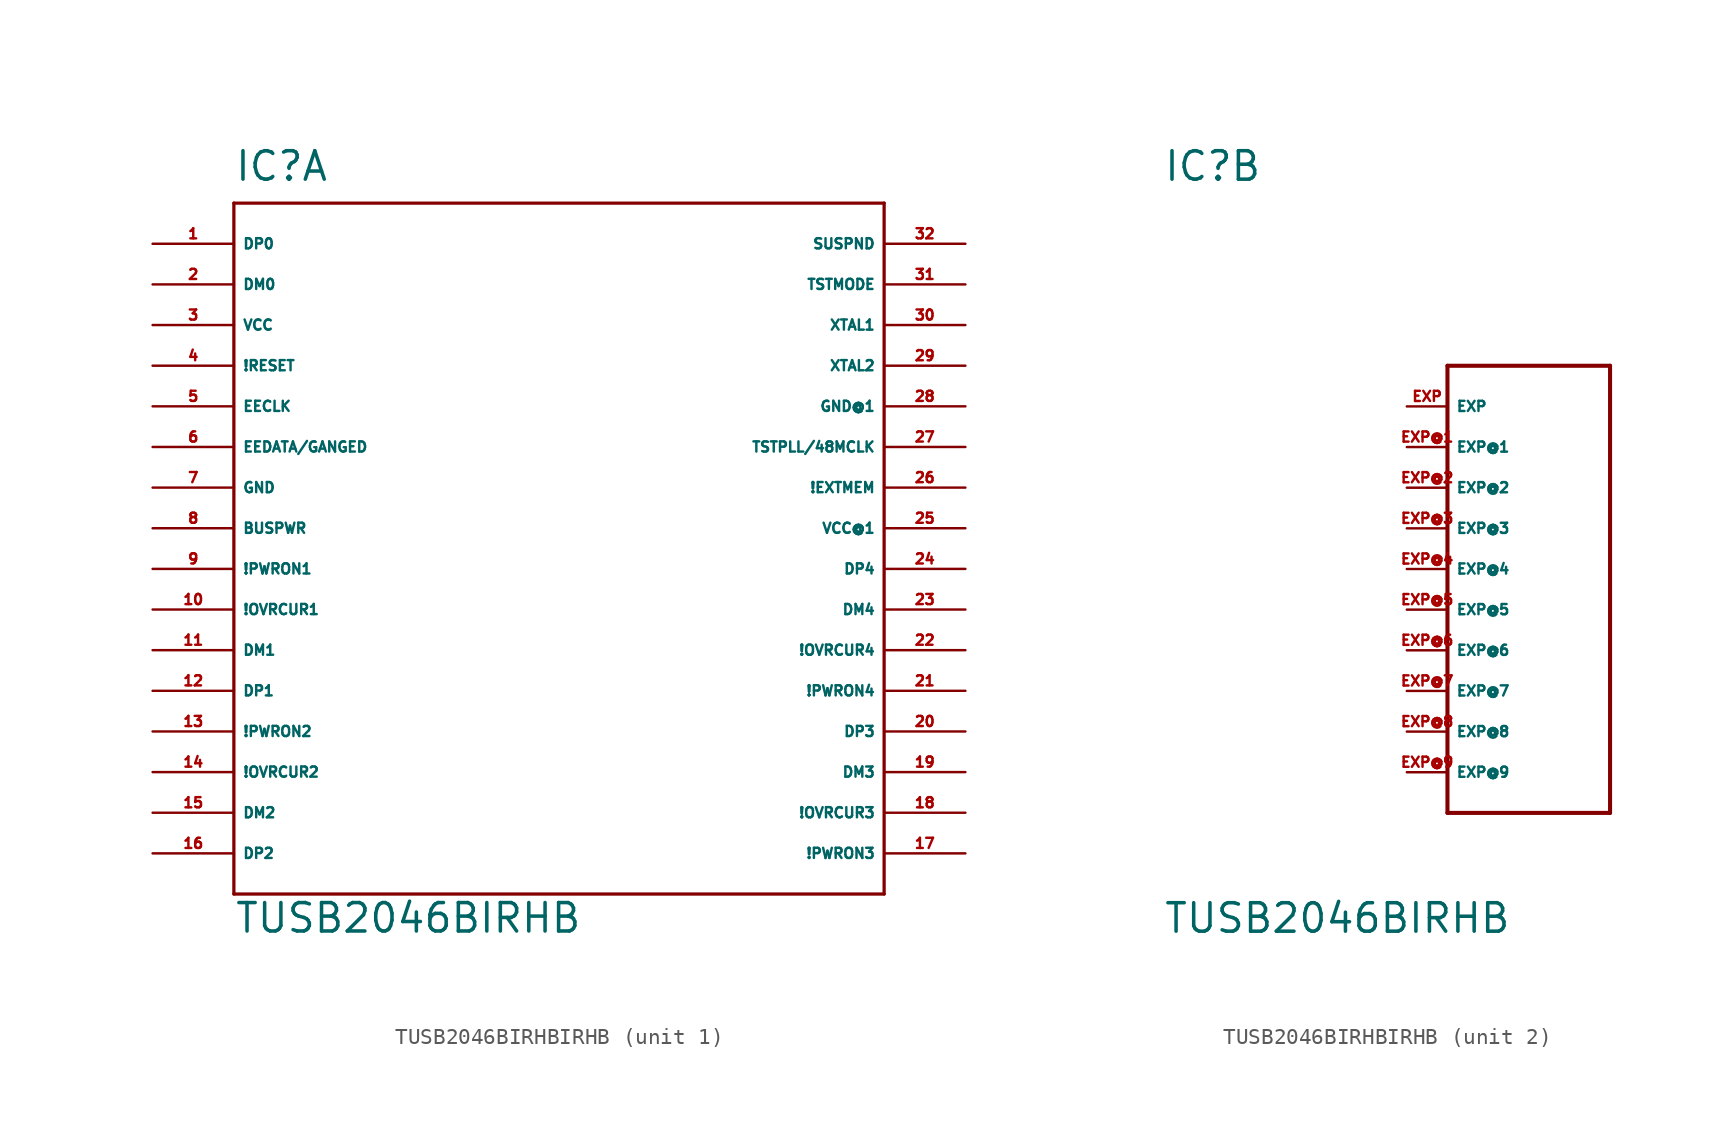
<source format=kicad_sym>
(kicad_symbol_lib
  (version 20220914)
  (generator Eagle2Kicad)
  (symbol "TUSB2046BIRHBIRHB"
    (property "Reference" "IC"
      (at -20.32 24.13 0)
      (effects (font (size 1.778 1.778) (thickness 0.22)) (justify left bottom)))
    (property "Value" "TUSB2046BIRHB"
      (at -20.32 -22.86 0)
      (effects (font (size 1.778 1.778) (thickness 0.22)) (justify left bottom)))
    (symbol "TUSB2046BIRHBIRHB_1_0"
      (polyline (pts (xy -20.32 -20.32) (xy 20.32 -20.32)) (stroke (width 0.203) (type default)) (fill (type none)))
      (polyline (pts (xy 20.32 -20.32) (xy 20.32 22.86)) (stroke (width 0.203) (type default)) (fill (type none)))
      (polyline (pts (xy 20.32 22.86) (xy -20.32 22.86)) (stroke (width 0.203) (type default)) (fill (type none)))
      (polyline (pts (xy -20.32 22.86) (xy -20.32 -20.32)) (stroke (width 0.203) (type default)) (fill (type none)))
      (pin bidirectional line (at -25.4 20.32 0) (length 5.08) (name "DP0" (effects (font (size 0.635 0.635) (thickness 0.08)) (justify left bottom))) (number "1" (effects (font (size 0.635 0.635) (thickness 0.08)) (justify left bottom))))
      (pin bidirectional line (at -25.4 17.78 0) (length 5.08) (name "DM0" (effects (font (size 0.635 0.635) (thickness 0.08)) (justify left bottom))) (number "2" (effects (font (size 0.635 0.635) (thickness 0.08)) (justify left bottom))))
      (pin unspecified line (at -25.4 15.24 0) (length 5.08) (name "VCC" (effects (font (size 0.635 0.635) (thickness 0.08)) (justify left bottom))) (number "3" (effects (font (size 0.635 0.635) (thickness 0.08)) (justify left bottom))))
      (pin input line (at -25.4 12.7 0) (length 5.08) (name "!RESET" (effects (font (size 0.635 0.635) (thickness 0.08)) (justify left bottom))) (number "4" (effects (font (size 0.635 0.635) (thickness 0.08)) (justify left bottom))))
      (pin output line (at -25.4 10.16 0) (length 5.08) (name "EECLK" (effects (font (size 0.635 0.635) (thickness 0.08)) (justify left bottom))) (number "5" (effects (font (size 0.635 0.635) (thickness 0.08)) (justify left bottom))))
      (pin bidirectional line (at -25.4 7.62 0) (length 5.08) (name "EEDATA/GANGED" (effects (font (size 0.635 0.635) (thickness 0.08)) (justify left bottom))) (number "6" (effects (font (size 0.635 0.635) (thickness 0.08)) (justify left bottom))))
      (pin unspecified line (at -25.4 5.08 0) (length 5.08) (name "GND" (effects (font (size 0.635 0.635) (thickness 0.08)) (justify left bottom))) (number "7" (effects (font (size 0.635 0.635) (thickness 0.08)) (justify left bottom))))
      (pin input line (at -25.4 2.54 0) (length 5.08) (name "BUSPWR" (effects (font (size 0.635 0.635) (thickness 0.08)) (justify left bottom))) (number "8" (effects (font (size 0.635 0.635) (thickness 0.08)) (justify left bottom))))
      (pin output line (at -25.4 0 0) (length 5.08) (name "!PWRON1" (effects (font (size 0.635 0.635) (thickness 0.08)) (justify left bottom))) (number "9" (effects (font (size 0.635 0.635) (thickness 0.08)) (justify left bottom))))
      (pin input line (at -25.4 -2.54 0) (length 5.08) (name "!OVRCUR1" (effects (font (size 0.635 0.635) (thickness 0.08)) (justify left bottom))) (number "10" (effects (font (size 0.635 0.635) (thickness 0.08)) (justify left bottom))))
      (pin bidirectional line (at -25.4 -5.08 0) (length 5.08) (name "DM1" (effects (font (size 0.635 0.635) (thickness 0.08)) (justify left bottom))) (number "11" (effects (font (size 0.635 0.635) (thickness 0.08)) (justify left bottom))))
      (pin bidirectional line (at -25.4 -7.62 0) (length 5.08) (name "DP1" (effects (font (size 0.635 0.635) (thickness 0.08)) (justify left bottom))) (number "12" (effects (font (size 0.635 0.635) (thickness 0.08)) (justify left bottom))))
      (pin output line (at -25.4 -10.16 0) (length 5.08) (name "!PWRON2" (effects (font (size 0.635 0.635) (thickness 0.08)) (justify left bottom))) (number "13" (effects (font (size 0.635 0.635) (thickness 0.08)) (justify left bottom))))
      (pin input line (at -25.4 -12.7 0) (length 5.08) (name "!OVRCUR2" (effects (font (size 0.635 0.635) (thickness 0.08)) (justify left bottom))) (number "14" (effects (font (size 0.635 0.635) (thickness 0.08)) (justify left bottom))))
      (pin bidirectional line (at -25.4 -15.24 0) (length 5.08) (name "DM2" (effects (font (size 0.635 0.635) (thickness 0.08)) (justify left bottom))) (number "15" (effects (font (size 0.635 0.635) (thickness 0.08)) (justify left bottom))))
      (pin bidirectional line (at -25.4 -17.78 0) (length 5.08) (name "DP2" (effects (font (size 0.635 0.635) (thickness 0.08)) (justify left bottom))) (number "16" (effects (font (size 0.635 0.635) (thickness 0.08)) (justify left bottom))))
      (pin output line (at 25.4 -17.78 180) (length 5.08) (name "!PWRON3" (effects (font (size 0.635 0.635) (thickness 0.08)) (justify left bottom))) (number "17" (effects (font (size 0.635 0.635) (thickness 0.08)) (justify left bottom))))
      (pin input line (at 25.4 -15.24 180) (length 5.08) (name "!OVRCUR3" (effects (font (size 0.635 0.635) (thickness 0.08)) (justify left bottom))) (number "18" (effects (font (size 0.635 0.635) (thickness 0.08)) (justify left bottom))))
      (pin bidirectional line (at 25.4 -12.7 180) (length 5.08) (name "DM3" (effects (font (size 0.635 0.635) (thickness 0.08)) (justify left bottom))) (number "19" (effects (font (size 0.635 0.635) (thickness 0.08)) (justify left bottom))))
      (pin bidirectional line (at 25.4 -10.16 180) (length 5.08) (name "DP3" (effects (font (size 0.635 0.635) (thickness 0.08)) (justify left bottom))) (number "20" (effects (font (size 0.635 0.635) (thickness 0.08)) (justify left bottom))))
      (pin output line (at 25.4 -7.62 180) (length 5.08) (name "!PWRON4" (effects (font (size 0.635 0.635) (thickness 0.08)) (justify left bottom))) (number "21" (effects (font (size 0.635 0.635) (thickness 0.08)) (justify left bottom))))
      (pin input line (at 25.4 -5.08 180) (length 5.08) (name "!OVRCUR4" (effects (font (size 0.635 0.635) (thickness 0.08)) (justify left bottom))) (number "22" (effects (font (size 0.635 0.635) (thickness 0.08)) (justify left bottom))))
      (pin bidirectional line (at 25.4 -2.54 180) (length 5.08) (name "DM4" (effects (font (size 0.635 0.635) (thickness 0.08)) (justify left bottom))) (number "23" (effects (font (size 0.635 0.635) (thickness 0.08)) (justify left bottom))))
      (pin bidirectional line (at 25.4 0 180) (length 5.08) (name "DP4" (effects (font (size 0.635 0.635) (thickness 0.08)) (justify left bottom))) (number "24" (effects (font (size 0.635 0.635) (thickness 0.08)) (justify left bottom))))
      (pin unspecified line (at 25.4 2.54 180) (length 5.08) (name "VCC@1" (effects (font (size 0.635 0.635) (thickness 0.08)) (justify left bottom))) (number "25" (effects (font (size 0.635 0.635) (thickness 0.08)) (justify left bottom))))
      (pin input line (at 25.4 5.08 180) (length 5.08) (name "!EXTMEM" (effects (font (size 0.635 0.635) (thickness 0.08)) (justify left bottom))) (number "26" (effects (font (size 0.635 0.635) (thickness 0.08)) (justify left bottom))))
      (pin bidirectional line (at 25.4 7.62 180) (length 5.08) (name "TSTPLL/48MCLK" (effects (font (size 0.635 0.635) (thickness 0.08)) (justify left bottom))) (number "27" (effects (font (size 0.635 0.635) (thickness 0.08)) (justify left bottom))))
      (pin unspecified line (at 25.4 10.16 180) (length 5.08) (name "GND@1" (effects (font (size 0.635 0.635) (thickness 0.08)) (justify left bottom))) (number "28" (effects (font (size 0.635 0.635) (thickness 0.08)) (justify left bottom))))
      (pin output line (at 25.4 12.7 180) (length 5.08) (name "XTAL2" (effects (font (size 0.635 0.635) (thickness 0.08)) (justify left bottom))) (number "29" (effects (font (size 0.635 0.635) (thickness 0.08)) (justify left bottom))))
      (pin input line (at 25.4 15.24 180) (length 5.08) (name "XTAL1" (effects (font (size 0.635 0.635) (thickness 0.08)) (justify left bottom))) (number "30" (effects (font (size 0.635 0.635) (thickness 0.08)) (justify left bottom))))
      (pin input line (at 25.4 17.78 180) (length 5.08) (name "TSTMODE" (effects (font (size 0.635 0.635) (thickness 0.08)) (justify left bottom))) (number "31" (effects (font (size 0.635 0.635) (thickness 0.08)) (justify left bottom))))
      (pin output line (at 25.4 20.32 180) (length 5.08) (name "SUSPND" (effects (font (size 0.635 0.635) (thickness 0.08)) (justify left bottom))) (number "32" (effects (font (size 0.635 0.635) (thickness 0.08)) (justify left bottom)))))
    (symbol "TUSB2046BIRHBIRHB_2_0"
      (polyline (pts (xy -2.54 12.7) (xy 7.62 12.7)) (stroke (width 0.254) (type default)) (fill (type none)))
      (polyline (pts (xy 7.62 12.7) (xy 7.62 -15.24)) (stroke (width 0.254) (type default)) (fill (type none)))
      (polyline (pts (xy 7.62 -15.24) (xy -2.54 -15.24)) (stroke (width 0.254) (type default)) (fill (type none)))
      (polyline (pts (xy -2.54 -15.24) (xy -2.54 12.7)) (stroke (width 0.254) (type default)) (fill (type none)))
      (pin passive line (at -5.08 10.16 0) (length 2.54) (name "EXP" (effects (font (size 0.635 0.635) (thickness 0.08)) (justify left bottom))) (number "EXP" (effects (font (size 0.635 0.635) (thickness 0.08)) (justify left bottom))))
      (pin passive line (at -5.08 7.62 0) (length 2.54) (name "EXP@1" (effects (font (size 0.635 0.635) (thickness 0.08)) (justify left bottom))) (number "EXP@1" (effects (font (size 0.635 0.635) (thickness 0.08)) (justify left bottom))))
      (pin passive line (at -5.08 5.08 0) (length 2.54) (name "EXP@2" (effects (font (size 0.635 0.635) (thickness 0.08)) (justify left bottom))) (number "EXP@2" (effects (font (size 0.635 0.635) (thickness 0.08)) (justify left bottom))))
      (pin passive line (at -5.08 2.54 0) (length 2.54) (name "EXP@3" (effects (font (size 0.635 0.635) (thickness 0.08)) (justify left bottom))) (number "EXP@3" (effects (font (size 0.635 0.635) (thickness 0.08)) (justify left bottom))))
      (pin passive line (at -5.08 0 0) (length 2.54) (name "EXP@4" (effects (font (size 0.635 0.635) (thickness 0.08)) (justify left bottom))) (number "EXP@4" (effects (font (size 0.635 0.635) (thickness 0.08)) (justify left bottom))))
      (pin passive line (at -5.08 -2.54 0) (length 2.54) (name "EXP@5" (effects (font (size 0.635 0.635) (thickness 0.08)) (justify left bottom))) (number "EXP@5" (effects (font (size 0.635 0.635) (thickness 0.08)) (justify left bottom))))
      (pin passive line (at -5.08 -5.08 0) (length 2.54) (name "EXP@6" (effects (font (size 0.635 0.635) (thickness 0.08)) (justify left bottom))) (number "EXP@6" (effects (font (size 0.635 0.635) (thickness 0.08)) (justify left bottom))))
      (pin passive line (at -5.08 -7.62 0) (length 2.54) (name "EXP@7" (effects (font (size 0.635 0.635) (thickness 0.08)) (justify left bottom))) (number "EXP@7" (effects (font (size 0.635 0.635) (thickness 0.08)) (justify left bottom))))
      (pin passive line (at -5.08 -10.16 0) (length 2.54) (name "EXP@8" (effects (font (size 0.635 0.635) (thickness 0.08)) (justify left bottom))) (number "EXP@8" (effects (font (size 0.635 0.635) (thickness 0.08)) (justify left bottom))))
      (pin passive line (at -5.08 -12.7 0) (length 2.54) (name "EXP@9" (effects (font (size 0.635 0.635) (thickness 0.08)) (justify left bottom))) (number "EXP@9" (effects (font (size 0.635 0.635) (thickness 0.08)) (justify left bottom)))))))
</source>
